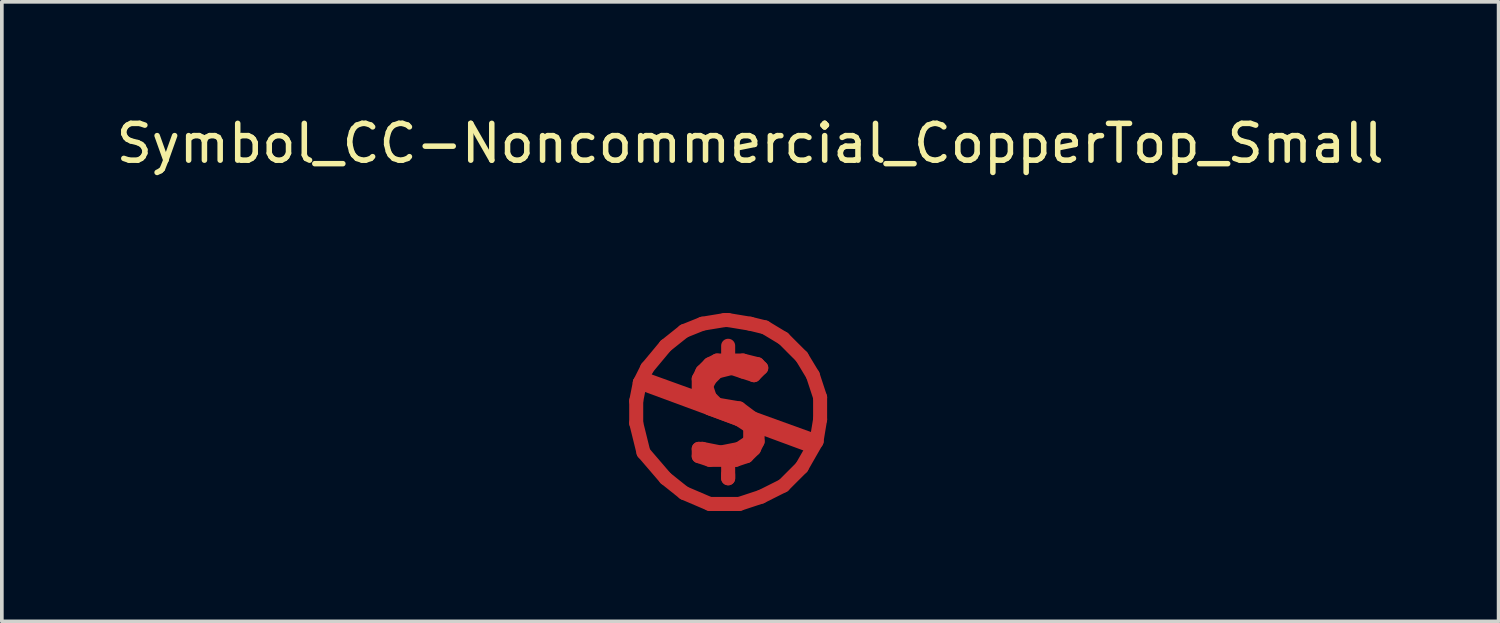
<source format=kicad_pcb>
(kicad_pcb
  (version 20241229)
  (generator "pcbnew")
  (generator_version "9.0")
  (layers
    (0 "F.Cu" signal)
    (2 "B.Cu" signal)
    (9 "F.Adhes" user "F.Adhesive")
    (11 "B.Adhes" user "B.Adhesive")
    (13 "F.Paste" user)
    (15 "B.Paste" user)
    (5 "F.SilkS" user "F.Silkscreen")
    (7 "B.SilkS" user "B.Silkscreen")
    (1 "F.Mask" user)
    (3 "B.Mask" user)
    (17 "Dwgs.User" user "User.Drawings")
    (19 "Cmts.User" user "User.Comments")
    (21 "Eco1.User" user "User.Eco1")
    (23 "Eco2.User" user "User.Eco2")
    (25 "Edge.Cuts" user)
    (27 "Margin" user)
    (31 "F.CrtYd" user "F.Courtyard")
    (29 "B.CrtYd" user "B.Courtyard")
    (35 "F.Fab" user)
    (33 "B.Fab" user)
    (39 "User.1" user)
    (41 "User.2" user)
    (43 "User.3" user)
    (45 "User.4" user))
  (footprint "Symbol_CC-Noncommercial_CopperTop_Small"
    (layer "F.Cu")
    (at 16.74 8.148)
    (property "Reference" "Symbol_CC-Noncommercial_CopperTop_Small" (at 0.599 -7.3 0) (layer "F.SilkS") (effects (font (size 1 1) (thickness 0.15))))
    (attr exclude_from_pos_files exclude_from_bom)
    (fp_line (start -2.499 -0.3) (end -2.499 0.3) (stroke (width 0.381) (type solid)) (layer "F.Cu"))
    (fp_line (start -2.499 0.3) (end -2.301 1.1) (stroke (width 0.381) (type solid)) (layer "F.Cu"))
    (fp_line (start -2.4 -0.8) (end -2.499 -0.3) (stroke (width 0.381) (type solid)) (layer "F.Cu"))
    (fp_line (start -2.4 -0.8) (end 2.2 0.899) (stroke (width 0.381) (type solid)) (layer "F.Cu"))
    (fp_line (start -2.301 -0.899) (end 2.4 0.8) (stroke (width 0.381) (type solid)) (layer "F.Cu"))
    (fp_line (start -2.301 1.1) (end -1.699 1.801) (stroke (width 0.381) (type solid)) (layer "F.Cu"))
    (fp_line (start -2.2 -1.199) (end -2.4 -0.8) (stroke (width 0.381) (type solid)) (layer "F.Cu"))
    (fp_line (start -1.699 -1.801) (end -2.2 -1.199) (stroke (width 0.381) (type solid)) (layer "F.Cu"))
    (fp_line (start -1.699 1.801) (end -1.199 2.2) (stroke (width 0.381) (type solid)) (layer "F.Cu"))
    (fp_line (start -1.199 -2.2) (end -1.699 -1.801) (stroke (width 0.381) (type solid)) (layer "F.Cu"))
    (fp_line (start -1.199 2.2) (end -0.5 2.499) (stroke (width 0.381) (type solid)) (layer "F.Cu"))
    (fp_line (start -0.8 -0.899) (end -0.8 -0.599) (stroke (width 0.381) (type solid)) (layer "F.Cu"))
    (fp_line (start -0.8 -0.599) (end -0.701 -0.3) (stroke (width 0.381) (type solid)) (layer "F.Cu"))
    (fp_line (start -0.8 1.001) (end -0.8 1.199) (stroke (width 0.381) (type solid)) (layer "F.Cu"))
    (fp_line (start -0.8 1.199) (end -0.5 1.3) (stroke (width 0.381) (type solid)) (layer "F.Cu"))
    (fp_line (start -0.701 -2.4) (end -1.199 -2.2) (stroke (width 0.381) (type solid)) (layer "F.Cu"))
    (fp_line (start -0.701 -1.1) (end -0.8 -0.899) (stroke (width 0.381) (type solid)) (layer "F.Cu"))
    (fp_line (start -0.701 -0.3) (end -0.5 -0.099) (stroke (width 0.381) (type solid)) (layer "F.Cu"))
    (fp_line (start -0.701 1.001) (end -0.8 1.001) (stroke (width 0.381) (type solid)) (layer "F.Cu"))
    (fp_line (start -0.599 -0.701) (end -0.5 -0.899) (stroke (width 0.381) (type solid)) (layer "F.Cu"))
    (fp_line (start -0.5 -1.3) (end -0.701 -1.1) (stroke (width 0.381) (type solid)) (layer "F.Cu"))
    (fp_line (start -0.5 -0.899) (end -0.3 -1.1) (stroke (width 0.381) (type solid)) (layer "F.Cu"))
    (fp_line (start -0.5 -0.399) (end -0.599 -0.701) (stroke (width 0.381) (type solid)) (layer "F.Cu"))
    (fp_line (start -0.5 -0.099) (end 0.3 0.201) (stroke (width 0.381) (type solid)) (layer "F.Cu"))
    (fp_line (start -0.5 1.3) (end 0.201 1.3) (stroke (width 0.381) (type solid)) (layer "F.Cu"))
    (fp_line (start -0.5 2.499) (end 0.3 2.499) (stroke (width 0.381) (type solid)) (layer "F.Cu"))
    (fp_line (start -0.3 -1.4) (end -0.5 -1.3) (stroke (width 0.381) (type solid)) (layer "F.Cu"))
    (fp_line (start -0.3 -1.1) (end 0.099 -1.199) (stroke (width 0.381) (type solid)) (layer "F.Cu"))
    (fp_line (start -0.3 -0.201) (end -0.5 -0.399) (stroke (width 0.381) (type solid)) (layer "F.Cu"))
    (fp_line (start -0.201 1.1) (end -0.701 1.001) (stroke (width 0.381) (type solid)) (layer "F.Cu"))
    (fp_line (start -0.099 -2.499) (end -0.701 -2.4) (stroke (width 0.381) (type solid)) (layer "F.Cu"))
    (fp_line (start 0 -2.499) (end -0.099 -2.499) (stroke (width 0.381) (type solid)) (layer "F.Cu"))
    (fp_line (start 0 -1.501) (end 0 -1.801) (stroke (width 0.381) (type solid)) (layer "F.Cu"))
    (fp_line (start 0 1.3) (end 0 1.801) (stroke (width 0.381) (type solid)) (layer "F.Cu"))
    (fp_line (start 0 1.801) (end 0 1.699) (stroke (width 0.381) (type solid)) (layer "F.Cu"))
    (fp_line (start 0.099 -1.199) (end 0.399 -1.1) (stroke (width 0.381) (type solid)) (layer "F.Cu"))
    (fp_line (start 0.201 1.3) (end 0.5 1.199) (stroke (width 0.381) (type solid)) (layer "F.Cu"))
    (fp_line (start 0.3 -0.099) (end -0.3 -0.201) (stroke (width 0.381) (type solid)) (layer "F.Cu"))
    (fp_line (start 0.3 0.201) (end 0.599 0.399) (stroke (width 0.381) (type solid)) (layer "F.Cu"))
    (fp_line (start 0.3 1.001) (end -0.201 1.1) (stroke (width 0.381) (type solid)) (layer "F.Cu"))
    (fp_line (start 0.3 2.499) (end 0.899 2.301) (stroke (width 0.381) (type solid)) (layer "F.Cu"))
    (fp_line (start 0.399 -1.4) (end -0.3 -1.4) (stroke (width 0.381) (type solid)) (layer "F.Cu"))
    (fp_line (start 0.399 -1.1) (end 0.701 -1.001) (stroke (width 0.381) (type solid)) (layer "F.Cu"))
    (fp_line (start 0.5 1.199) (end 0.701 1.001) (stroke (width 0.381) (type solid)) (layer "F.Cu"))
    (fp_line (start 0.599 -2.4) (end 0 -2.499) (stroke (width 0.381) (type solid)) (layer "F.Cu"))
    (fp_line (start 0.599 0.399) (end 0.599 0.8) (stroke (width 0.381) (type solid)) (layer "F.Cu"))
    (fp_line (start 0.599 0.8) (end 0.3 1.001) (stroke (width 0.381) (type solid)) (layer "F.Cu"))
    (fp_line (start 0.701 -1.001) (end 0.899 -1.199) (stroke (width 0.381) (type solid)) (layer "F.Cu"))
    (fp_line (start 0.701 0.201) (end 0.3 -0.099) (stroke (width 0.381) (type solid)) (layer "F.Cu"))
    (fp_line (start 0.701 1.001) (end 0.8 0.8) (stroke (width 0.381) (type solid)) (layer "F.Cu"))
    (fp_line (start 0.8 -1.3) (end 0.399 -1.4) (stroke (width 0.381) (type solid)) (layer "F.Cu"))
    (fp_line (start 0.8 0.5) (end 0.701 0.201) (stroke (width 0.381) (type solid)) (layer "F.Cu"))
    (fp_line (start 0.8 0.8) (end 0.8 0.5) (stroke (width 0.381) (type solid)) (layer "F.Cu"))
    (fp_line (start 0.899 -1.199) (end 0.8 -1.3) (stroke (width 0.381) (type solid)) (layer "F.Cu"))
    (fp_line (start 0.899 2.301) (end 1.501 1.999) (stroke (width 0.381) (type solid)) (layer "F.Cu"))
    (fp_line (start 1.001 -2.301) (end 0.599 -2.4) (stroke (width 0.381) (type solid)) (layer "F.Cu"))
    (fp_line (start 1.501 -1.999) (end 1.001 -2.301) (stroke (width 0.381) (type solid)) (layer "F.Cu"))
    (fp_line (start 1.501 1.999) (end 1.999 1.501) (stroke (width 0.381) (type solid)) (layer "F.Cu"))
    (fp_line (start 1.999 -1.501) (end 1.501 -1.999) (stroke (width 0.381) (type solid)) (layer "F.Cu"))
    (fp_line (start 1.999 1.501) (end 2.4 0.8) (stroke (width 0.381) (type solid)) (layer "F.Cu"))
    (fp_line (start 2.301 -1.001) (end 1.999 -1.501) (stroke (width 0.381) (type solid)) (layer "F.Cu"))
    (fp_line (start 2.4 0.8) (end 2.499 0.201) (stroke (width 0.381) (type solid)) (layer "F.Cu"))
    (fp_line (start 2.499 -0.399) (end 2.301 -1.001) (stroke (width 0.381) (type solid)) (layer "F.Cu"))
    (fp_line (start 2.499 0.201) (end 2.499 -0.399) (stroke (width 0.381) (type solid)) (layer "F.Cu")))
  (gr_rect
    (start -3 -3)
    (end 37.679 13.838)
    (stroke (width 0.1) (type default))
    (fill no)
    (layer "Edge.Cuts")))
</source>
